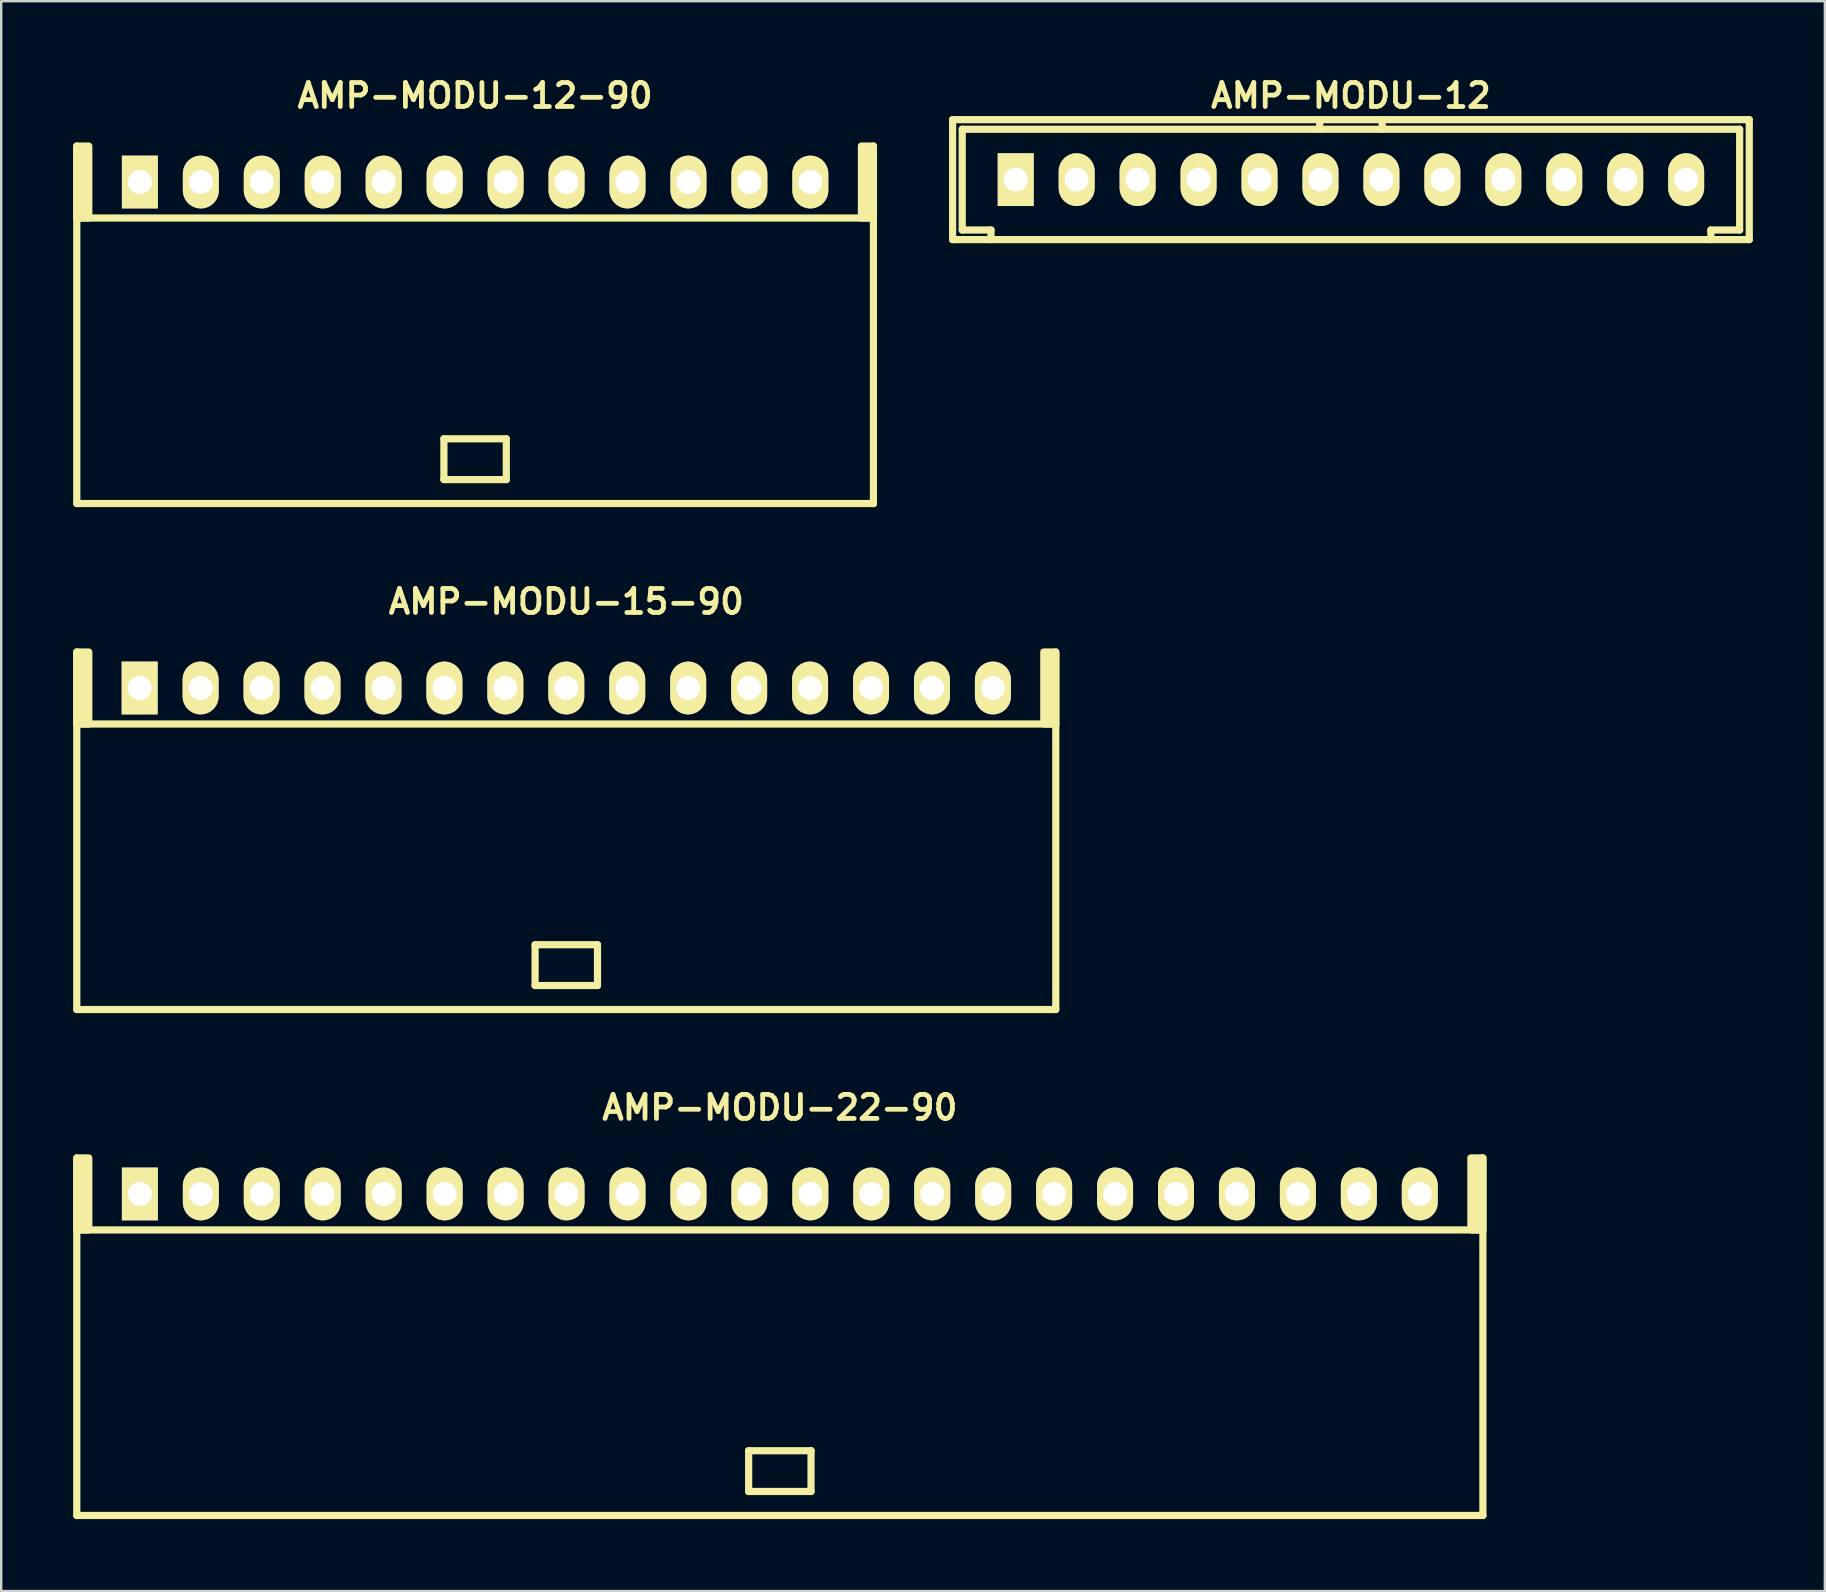
<source format=kicad_pcb>
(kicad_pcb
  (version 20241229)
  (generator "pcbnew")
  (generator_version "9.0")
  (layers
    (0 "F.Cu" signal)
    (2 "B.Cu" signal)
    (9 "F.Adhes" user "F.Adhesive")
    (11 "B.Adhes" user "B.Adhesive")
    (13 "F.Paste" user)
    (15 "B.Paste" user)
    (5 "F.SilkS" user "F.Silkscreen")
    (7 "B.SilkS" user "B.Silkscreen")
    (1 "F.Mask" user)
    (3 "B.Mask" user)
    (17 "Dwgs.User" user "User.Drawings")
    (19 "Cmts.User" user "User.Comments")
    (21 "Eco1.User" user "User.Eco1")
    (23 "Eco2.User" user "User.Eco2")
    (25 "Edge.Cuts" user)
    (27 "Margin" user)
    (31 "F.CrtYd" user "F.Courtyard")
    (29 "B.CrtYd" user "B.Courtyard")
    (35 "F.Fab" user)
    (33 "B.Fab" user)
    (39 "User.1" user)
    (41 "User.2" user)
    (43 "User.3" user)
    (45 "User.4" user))
  (footprint "AMP-MODU-12"
    (layer "F.Cu")
    (at 53.25 4.436)
    (property "Reference" "AMP-MODU-12" (at 0 -3.5 0) (layer "F.SilkS") (effects (font (size 1 1) (thickness 0.2))))
    (attr through_hole)
    (fp_line (start -16.6 -2.5) (end 16.6 -2.5) (stroke (width 0.3) (type solid)) (layer "F.SilkS"))
    (fp_line (start -16.6 2.5) (end -16.6 -2.5) (stroke (width 0.3) (type solid)) (layer "F.SilkS"))
    (fp_line (start -16.2 -2.1) (end -16.2 2.1) (stroke (width 0.3) (type solid)) (layer "F.SilkS"))
    (fp_line (start -16.2 -2.1) (end 16.2 -2.1) (stroke (width 0.3) (type solid)) (layer "F.SilkS"))
    (fp_line (start -15 2.1) (end -16.2 2.1) (stroke (width 0.3) (type solid)) (layer "F.SilkS"))
    (fp_line (start -15 2.1) (end -15 2.5) (stroke (width 0.3) (type solid)) (layer "F.SilkS"))
    (fp_line (start -1.3 -2.1) (end -1.3 -2.5) (stroke (width 0.3) (type solid)) (layer "F.SilkS"))
    (fp_line (start 1.3 -2.5) (end 1.3 -2.1) (stroke (width 0.3) (type solid)) (layer "F.SilkS"))
    (fp_line (start 15 2.5) (end 15 2.1) (stroke (width 0.3) (type solid)) (layer "F.SilkS"))
    (fp_line (start 16.2 2.1) (end 15 2.1) (stroke (width 0.3) (type solid)) (layer "F.SilkS"))
    (fp_line (start 16.2 2.1) (end 16.2 -2.1) (stroke (width 0.3) (type solid)) (layer "F.SilkS"))
    (fp_line (start 16.6 -2.5) (end 16.6 2.5) (stroke (width 0.3) (type solid)) (layer "F.SilkS"))
    (fp_line (start 16.6 2.5) (end -16.6 2.5) (stroke (width 0.3) (type solid)) (layer "F.SilkS"))
    (pad "1" thru_hole rect (at -13.97 0) (size 1.5 2.2) (drill 1) (layers "*.Cu" "*.Mask" "F.SilkS"))
    (pad "2" thru_hole oval (at -11.43 0) (size 1.5 2.2) (drill 1) (layers "*.Cu" "*.Mask" "F.SilkS"))
    (pad "3" thru_hole oval (at -8.89 0) (size 1.5 2.2) (drill 1) (layers "*.Cu" "*.Mask" "F.SilkS"))
    (pad "4" thru_hole oval (at -6.35 0) (size 1.5 2.2) (drill 1) (layers "*.Cu" "*.Mask" "F.SilkS"))
    (pad "5" thru_hole oval (at -3.81 0) (size 1.5 2.2) (drill 1) (layers "*.Cu" "*.Mask" "F.SilkS"))
    (pad "6" thru_hole oval (at -1.27 0) (size 1.5 2.2) (drill 1) (layers "*.Cu" "*.Mask" "F.SilkS"))
    (pad "7" thru_hole oval (at 1.27 0) (size 1.5 2.2) (drill 1) (layers "*.Cu" "*.Mask" "F.SilkS"))
    (pad "8" thru_hole oval (at 3.81 0) (size 1.5 2.2) (drill 1) (layers "*.Cu" "*.Mask" "F.SilkS"))
    (pad "9" thru_hole oval (at 6.35 0) (size 1.5 2.2) (drill 1) (layers "*.Cu" "*.Mask" "F.SilkS"))
    (pad "10" thru_hole oval (at 8.89 0) (size 1.5 2.2) (drill 1) (layers "*.Cu" "*.Mask" "F.SilkS"))
    (pad "11" thru_hole oval (at 11.43 0) (size 1.5 2.2) (drill 1) (layers "*.Cu" "*.Mask" "F.SilkS"))
    (pad "12" thru_hole oval (at 13.97 0) (size 1.5 2.2) (drill 1) (layers "*.Cu" "*.Mask" "F.SilkS")))
  (footprint "AMP-MODU-15-90"
    (layer "F.Cu")
    (at 20.55 25.622)
    (property "Reference" "AMP-MODU-15-90" (at 0 -3.6 0) (layer "F.SilkS") (effects (font (size 1 1) (thickness 0.2))))
    (attr through_hole)
    (fp_line (start -20.4 -1.5) (end -20.4 13.4) (stroke (width 0.3) (type solid)) (layer "F.SilkS"))
    (fp_line (start -20.4 1.5) (end 20.4 1.5) (stroke (width 0.3) (type solid)) (layer "F.SilkS"))
    (fp_line (start -1.3 10.7) (end -1.3 12.4) (stroke (width 0.3) (type solid)) (layer "F.SilkS"))
    (fp_line (start -1.3 10.7) (end 1.3 10.7) (stroke (width 0.3) (type solid)) (layer "F.SilkS"))
    (fp_line (start -1.3 12.4) (end 1.3 12.4) (stroke (width 0.3) (type solid)) (layer "F.SilkS"))
    (fp_line (start 1.3 10.7) (end 1.3 12.4) (stroke (width 0.3) (type solid)) (layer "F.SilkS"))
    (fp_line (start 20.4 -1.5) (end 20.4 13.4) (stroke (width 0.3) (type solid)) (layer "F.SilkS"))
    (fp_line (start 20.4 13.4) (end -20.4 13.4) (stroke (width 0.3) (type solid)) (layer "F.SilkS"))
    (fp_poly (pts (xy -19.9 1.5) (xy -20.4 1.5) (xy -20.4 -1.5) (xy -19.9 -1.5)) (stroke (width 0.3) (type solid)) (fill yes) (layer "F.SilkS"))
    (fp_poly (pts (xy 20.4 1.5) (xy 19.9 1.5) (xy 19.9 -1.5) (xy 20.4 -1.5)) (stroke (width 0.3) (type solid)) (fill yes) (layer "F.SilkS"))
    (pad "1" thru_hole rect (at -17.78 0) (size 1.5 2.2) (drill 1) (layers "*.Cu" "*.Mask" "F.SilkS"))
    (pad "2" thru_hole oval (at -15.24 0) (size 1.5 2.2) (drill 1) (layers "*.Cu" "*.Mask" "F.SilkS"))
    (pad "3" thru_hole oval (at -12.7 0) (size 1.5 2.2) (drill 1) (layers "*.Cu" "*.Mask" "F.SilkS"))
    (pad "4" thru_hole oval (at -10.16 0) (size 1.5 2.2) (drill 1) (layers "*.Cu" "*.Mask" "F.SilkS"))
    (pad "5" thru_hole oval (at -7.62 0) (size 1.5 2.2) (drill 1) (layers "*.Cu" "*.Mask" "F.SilkS"))
    (pad "6" thru_hole oval (at -5.08 0) (size 1.5 2.2) (drill 1) (layers "*.Cu" "*.Mask" "F.SilkS"))
    (pad "7" thru_hole oval (at -2.54 0) (size 1.5 2.2) (drill 1) (layers "*.Cu" "*.Mask" "F.SilkS"))
    (pad "8" thru_hole oval (at 0 0) (size 1.5 2.2) (drill 1) (layers "*.Cu" "*.Mask" "F.SilkS"))
    (pad "9" thru_hole oval (at 2.54 0) (size 1.5 2.2) (drill 1) (layers "*.Cu" "*.Mask" "F.SilkS"))
    (pad "10" thru_hole oval (at 5.08 0) (size 1.5 2.2) (drill 1) (layers "*.Cu" "*.Mask" "F.SilkS"))
    (pad "11" thru_hole oval (at 7.62 0) (size 1.5 2.2) (drill 1) (layers "*.Cu" "*.Mask" "F.SilkS"))
    (pad "12" thru_hole oval (at 10.16 0) (size 1.5 2.2) (drill 1) (layers "*.Cu" "*.Mask" "F.SilkS"))
    (pad "13" thru_hole oval (at 12.7 0) (size 1.5 2.2) (drill 1) (layers "*.Cu" "*.Mask" "F.SilkS"))
    (pad "14" thru_hole oval (at 15.24 0) (size 1.5 2.2) (drill 1) (layers "*.Cu" "*.Mask" "F.SilkS"))
    (pad "15" thru_hole oval (at 17.78 0) (size 1.5 2.2) (drill 1) (layers "*.Cu" "*.Mask" "F.SilkS")))
  (footprint "AMP-MODU-22-90"
    (layer "F.Cu")
    (at 29.45 46.708)
    (property "Reference" "AMP-MODU-22-90" (at 0 -3.6 0) (layer "F.SilkS") (effects (font (size 1 1) (thickness 0.2))))
    (attr through_hole)
    (fp_line (start -29.3 -1.5) (end -29.3 13.4) (stroke (width 0.3) (type solid)) (layer "F.SilkS"))
    (fp_line (start -1.3 10.7) (end -1.3 12.4) (stroke (width 0.3) (type solid)) (layer "F.SilkS"))
    (fp_line (start -1.3 10.7) (end 1.3 10.7) (stroke (width 0.3) (type solid)) (layer "F.SilkS"))
    (fp_line (start -1.3 12.4) (end 1.3 12.4) (stroke (width 0.3) (type solid)) (layer "F.SilkS"))
    (fp_line (start 1.3 10.7) (end 1.3 12.4) (stroke (width 0.3) (type solid)) (layer "F.SilkS"))
    (fp_line (start 29.3 -1.5) (end 29.3 13.4) (stroke (width 0.3) (type solid)) (layer "F.SilkS"))
    (fp_line (start 29.3 1.5) (end -29.3 1.5) (stroke (width 0.3) (type solid)) (layer "F.SilkS"))
    (fp_line (start 29.3 13.4) (end -29.3 13.4) (stroke (width 0.3) (type solid)) (layer "F.SilkS"))
    (fp_poly (pts (xy -28.8 1.5) (xy -29.3 1.5) (xy -29.3 -1.5) (xy -28.8 -1.5)) (stroke (width 0.3) (type solid)) (fill yes) (layer "F.SilkS"))
    (fp_poly (pts (xy 29.3 1.5) (xy 28.8 1.5) (xy 28.8 -1.5) (xy 29.3 -1.5)) (stroke (width 0.3) (type solid)) (fill yes) (layer "F.SilkS"))
    (pad "1" thru_hole rect (at -26.67 0) (size 1.5 2.2) (drill 1) (layers "*.Cu" "*.Mask" "F.SilkS"))
    (pad "2" thru_hole oval (at -24.13 0) (size 1.5 2.2) (drill 1) (layers "*.Cu" "*.Mask" "F.SilkS"))
    (pad "3" thru_hole oval (at -21.59 0) (size 1.5 2.2) (drill 1) (layers "*.Cu" "*.Mask" "F.SilkS"))
    (pad "4" thru_hole oval (at -19.05 0) (size 1.5 2.2) (drill 1) (layers "*.Cu" "*.Mask" "F.SilkS"))
    (pad "5" thru_hole oval (at -16.51 0) (size 1.5 2.2) (drill 1) (layers "*.Cu" "*.Mask" "F.SilkS"))
    (pad "6" thru_hole oval (at -13.97 0) (size 1.5 2.2) (drill 1) (layers "*.Cu" "*.Mask" "F.SilkS"))
    (pad "7" thru_hole oval (at -11.43 0) (size 1.5 2.2) (drill 1) (layers "*.Cu" "*.Mask" "F.SilkS"))
    (pad "8" thru_hole oval (at -8.89 0) (size 1.5 2.2) (drill 1) (layers "*.Cu" "*.Mask" "F.SilkS"))
    (pad "9" thru_hole oval (at -6.35 0) (size 1.5 2.2) (drill 1) (layers "*.Cu" "*.Mask" "F.SilkS"))
    (pad "10" thru_hole oval (at -3.81 0) (size 1.5 2.2) (drill 1) (layers "*.Cu" "*.Mask" "F.SilkS"))
    (pad "11" thru_hole oval (at -1.27 0) (size 1.5 2.2) (drill 1) (layers "*.Cu" "*.Mask" "F.SilkS"))
    (pad "12" thru_hole oval (at 1.27 0) (size 1.5 2.2) (drill 1) (layers "*.Cu" "*.Mask" "F.SilkS"))
    (pad "13" thru_hole oval (at 3.81 0) (size 1.5 2.2) (drill 1) (layers "*.Cu" "*.Mask" "F.SilkS"))
    (pad "14" thru_hole oval (at 6.35 0) (size 1.5 2.2) (drill 1) (layers "*.Cu" "*.Mask" "F.SilkS"))
    (pad "15" thru_hole oval (at 8.89 0) (size 1.5 2.2) (drill 1) (layers "*.Cu" "*.Mask" "F.SilkS"))
    (pad "16" thru_hole oval (at 11.43 0) (size 1.5 2.2) (drill 1) (layers "*.Cu" "*.Mask" "F.SilkS"))
    (pad "17" thru_hole oval (at 13.97 0) (size 1.5 2.2) (drill 1) (layers "*.Cu" "*.Mask" "F.SilkS"))
    (pad "18" thru_hole oval (at 16.51 0) (size 1.5 2.2) (drill 1) (layers "*.Cu" "*.Mask" "F.SilkS"))
    (pad "19" thru_hole oval (at 19.05 0) (size 1.5 2.2) (drill 1) (layers "*.Cu" "*.Mask" "F.SilkS"))
    (pad "20" thru_hole oval (at 21.59 0) (size 1.5 2.2) (drill 1) (layers "*.Cu" "*.Mask" "F.SilkS"))
    (pad "21" thru_hole oval (at 24.13 0) (size 1.5 2.2) (drill 1) (layers "*.Cu" "*.Mask" "F.SilkS"))
    (pad "22" thru_hole oval (at 26.67 0) (size 1.5 2.2) (drill 1) (layers "*.Cu" "*.Mask" "F.SilkS")))
  (footprint "AMP-MODU-12-90"
    (layer "F.Cu")
    (at 16.75 4.536)
    (property "Reference" "AMP-MODU-12-90" (at 0 -3.6 0) (layer "F.SilkS") (effects (font (size 1 1) (thickness 0.2))))
    (attr through_hole)
    (fp_line (start -16.6 -1.5) (end -16.6 13.4) (stroke (width 0.3) (type solid)) (layer "F.SilkS"))
    (fp_line (start -1.3 10.7) (end -1.3 12.4) (stroke (width 0.3) (type solid)) (layer "F.SilkS"))
    (fp_line (start -1.3 10.7) (end 1.3 10.7) (stroke (width 0.3) (type solid)) (layer "F.SilkS"))
    (fp_line (start -1.3 12.4) (end 1.3 12.4) (stroke (width 0.3) (type solid)) (layer "F.SilkS"))
    (fp_line (start 1.3 10.7) (end 1.3 12.4) (stroke (width 0.3) (type solid)) (layer "F.SilkS"))
    (fp_line (start 16.6 -1.5) (end 16.6 13.4) (stroke (width 0.3) (type solid)) (layer "F.SilkS"))
    (fp_line (start 16.6 1.5) (end -16.6 1.5) (stroke (width 0.3) (type solid)) (layer "F.SilkS"))
    (fp_line (start 16.6 13.4) (end -16.6 13.4) (stroke (width 0.3) (type solid)) (layer "F.SilkS"))
    (fp_poly (pts (xy -16.1 1.5) (xy -16.6 1.5) (xy -16.6 -1.5) (xy -16.1 -1.5)) (stroke (width 0.3) (type solid)) (fill yes) (layer "F.SilkS"))
    (fp_poly (pts (xy 16.6 1.5) (xy 16.1 1.5) (xy 16.1 -1.5) (xy 16.6 -1.5)) (stroke (width 0.3) (type solid)) (fill yes) (layer "F.SilkS"))
    (pad "1" thru_hole rect (at -13.97 0) (size 1.5 2.2) (drill 1) (layers "*.Cu" "*.Mask" "F.SilkS"))
    (pad "2" thru_hole oval (at -11.43 0) (size 1.5 2.2) (drill 1) (layers "*.Cu" "*.Mask" "F.SilkS"))
    (pad "3" thru_hole oval (at -8.89 0) (size 1.5 2.2) (drill 1) (layers "*.Cu" "*.Mask" "F.SilkS"))
    (pad "4" thru_hole oval (at -6.35 0) (size 1.5 2.2) (drill 1) (layers "*.Cu" "*.Mask" "F.SilkS"))
    (pad "5" thru_hole oval (at -3.81 0) (size 1.5 2.2) (drill 1) (layers "*.Cu" "*.Mask" "F.SilkS"))
    (pad "6" thru_hole oval (at -1.27 0) (size 1.5 2.2) (drill 1) (layers "*.Cu" "*.Mask" "F.SilkS"))
    (pad "7" thru_hole oval (at 1.27 0) (size 1.5 2.2) (drill 1) (layers "*.Cu" "*.Mask" "F.SilkS"))
    (pad "8" thru_hole oval (at 3.81 0) (size 1.5 2.2) (drill 1) (layers "*.Cu" "*.Mask" "F.SilkS"))
    (pad "9" thru_hole oval (at 6.35 0) (size 1.5 2.2) (drill 1) (layers "*.Cu" "*.Mask" "F.SilkS"))
    (pad "10" thru_hole oval (at 8.89 0) (size 1.5 2.2) (drill 1) (layers "*.Cu" "*.Mask" "F.SilkS"))
    (pad "11" thru_hole oval (at 11.43 0) (size 1.5 2.2) (drill 1) (layers "*.Cu" "*.Mask" "F.SilkS"))
    (pad "12" thru_hole oval (at 13.97 0) (size 1.5 2.2) (drill 1) (layers "*.Cu" "*.Mask" "F.SilkS")))
  (gr_rect
    (start -3 -3)
    (end 73 63.258)
    (stroke (width 0.1) (type default))
    (fill no)
    (layer "Edge.Cuts")))
</source>
